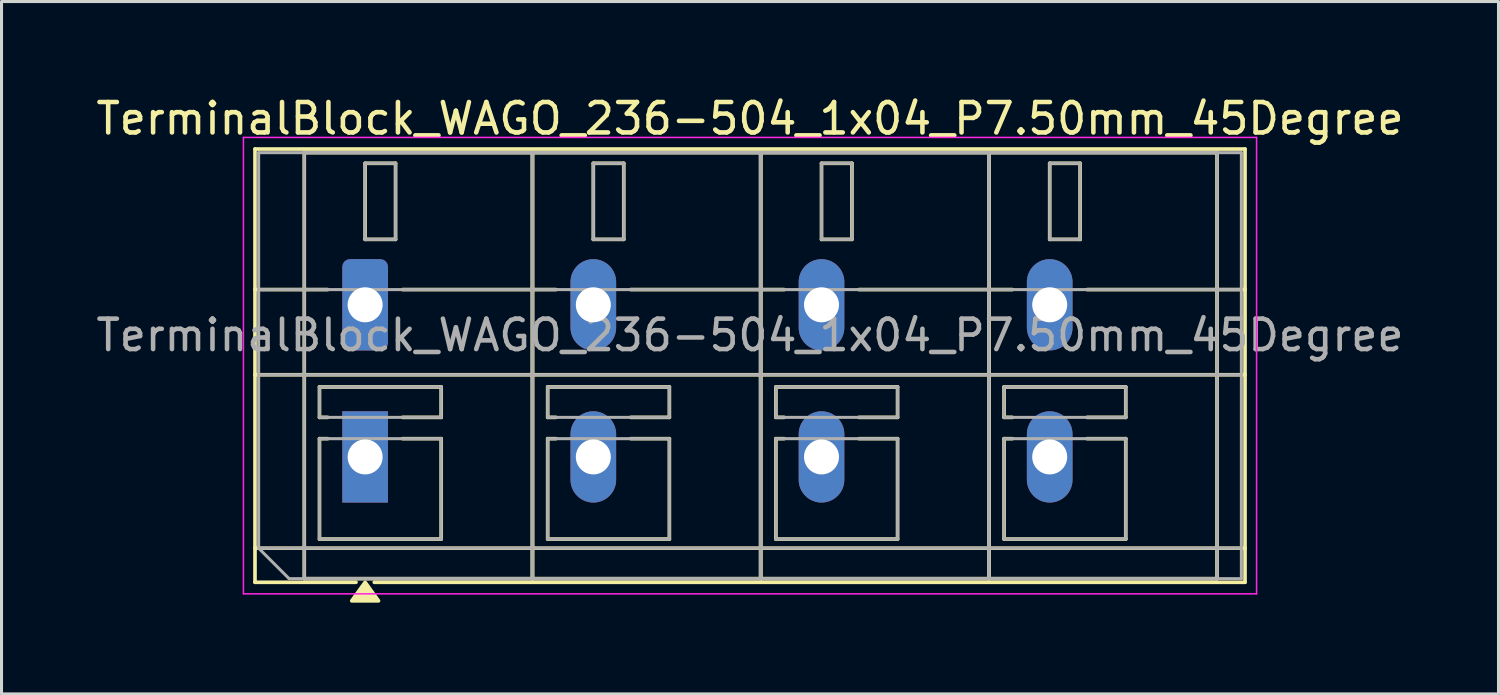
<source format=kicad_pcb>
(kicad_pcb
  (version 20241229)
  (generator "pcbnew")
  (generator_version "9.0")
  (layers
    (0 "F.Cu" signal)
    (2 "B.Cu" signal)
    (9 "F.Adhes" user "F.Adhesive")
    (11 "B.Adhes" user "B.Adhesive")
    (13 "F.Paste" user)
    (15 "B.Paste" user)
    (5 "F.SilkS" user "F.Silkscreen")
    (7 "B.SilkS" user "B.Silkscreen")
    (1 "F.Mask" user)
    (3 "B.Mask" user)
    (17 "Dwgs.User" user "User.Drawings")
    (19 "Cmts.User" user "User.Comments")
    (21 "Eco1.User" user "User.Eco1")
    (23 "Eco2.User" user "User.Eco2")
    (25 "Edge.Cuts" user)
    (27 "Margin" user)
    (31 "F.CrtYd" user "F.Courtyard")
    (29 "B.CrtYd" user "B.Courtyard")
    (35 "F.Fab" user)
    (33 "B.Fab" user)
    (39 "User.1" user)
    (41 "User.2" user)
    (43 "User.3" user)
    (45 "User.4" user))
  (footprint "TerminalBlock_WAGO_236-504_1x04_P7.50mm_45Degree"
    (layer "F.Cu")
    (at 8.951 6.968)
    (property "Reference" "TerminalBlock_WAGO_236-504_1x04_P7.50mm_45Degree" (at 12.65 -6.12 0) (layer "F.SilkS") (effects (font (size 1 1) (thickness 0.15))))
    (attr through_hole)
    (fp_line (start -3.62 -5.12) (end 28.92 -5.12) (stroke (width 0.12) (type solid)) (layer "F.SilkS"))
    (fp_line (start -3.62 -0.5) (end -1.23 -0.5) (stroke (width 0.12) (type solid)) (layer "F.SilkS"))
    (fp_line (start -3.62 2.3) (end 28.92 2.3) (stroke (width 0.12) (type solid)) (layer "F.SilkS"))
    (fp_line (start -3.62 8) (end 28.92 8) (stroke (width 0.12) (type solid)) (layer "F.SilkS"))
    (fp_line (start -3.62 9.12) (end -3.62 -5.12) (stroke (width 0.12) (type solid)) (layer "F.SilkS"))
    (fp_line (start -2 -5) (end 5.5 -5) (stroke (width 0.12) (type solid)) (layer "F.SilkS"))
    (fp_line (start -2 9) (end -2 -5) (stroke (width 0.12) (type solid)) (layer "F.SilkS"))
    (fp_line (start -1.5 2.7) (end 2.5 2.7) (stroke (width 0.12) (type solid)) (layer "F.SilkS"))
    (fp_line (start -1.5 3.7) (end -1.5 2.7) (stroke (width 0.12) (type solid)) (layer "F.SilkS"))
    (fp_line (start -1.5 4.4) (end -1.23 4.4) (stroke (width 0.12) (type solid)) (layer "F.SilkS"))
    (fp_line (start -1.5 7.7) (end -1.5 4.4) (stroke (width 0.12) (type solid)) (layer "F.SilkS"))
    (fp_line (start -1.23 3.7) (end -1.5 3.7) (stroke (width 0.12) (type solid)) (layer "F.SilkS"))
    (fp_line (start -0.3 9.12) (end -3.62 9.12) (stroke (width 0.12) (type solid)) (layer "F.SilkS"))
    (fp_line (start 0 -4.65) (end 1 -4.65) (stroke (width 0.12) (type solid)) (layer "F.SilkS"))
    (fp_line (start 0 -2.15) (end 0 -4.65) (stroke (width 0.12) (type solid)) (layer "F.SilkS"))
    (fp_line (start 1 -4.65) (end 1 -2.15) (stroke (width 0.12) (type solid)) (layer "F.SilkS"))
    (fp_line (start 1 -2.15) (end 0 -2.15) (stroke (width 0.12) (type solid)) (layer "F.SilkS"))
    (fp_line (start 1.23 -0.5) (end 6.27 -0.5) (stroke (width 0.12) (type solid)) (layer "F.SilkS"))
    (fp_line (start 1.23 4.4) (end 2.5 4.4) (stroke (width 0.12) (type solid)) (layer "F.SilkS"))
    (fp_line (start 2.5 2.7) (end 2.5 3.7) (stroke (width 0.12) (type solid)) (layer "F.SilkS"))
    (fp_line (start 2.5 3.7) (end 1.23 3.7) (stroke (width 0.12) (type solid)) (layer "F.SilkS"))
    (fp_line (start 2.5 4.4) (end 2.5 7.7) (stroke (width 0.12) (type solid)) (layer "F.SilkS"))
    (fp_line (start 2.5 7.7) (end -1.5 7.7) (stroke (width 0.12) (type solid)) (layer "F.SilkS"))
    (fp_line (start 5.5 -5) (end 5.5 9) (stroke (width 0.12) (type solid)) (layer "F.SilkS"))
    (fp_line (start 5.5 -5) (end 13 -5) (stroke (width 0.12) (type solid)) (layer "F.SilkS"))
    (fp_line (start 5.5 9) (end -2 9) (stroke (width 0.12) (type solid)) (layer "F.SilkS"))
    (fp_line (start 5.5 9) (end 5.5 -5) (stroke (width 0.12) (type solid)) (layer "F.SilkS"))
    (fp_line (start 6 2.7) (end 10 2.7) (stroke (width 0.12) (type solid)) (layer "F.SilkS"))
    (fp_line (start 6 3.7) (end 6 2.7) (stroke (width 0.12) (type solid)) (layer "F.SilkS"))
    (fp_line (start 6 4.4) (end 6.27 4.4) (stroke (width 0.12) (type solid)) (layer "F.SilkS"))
    (fp_line (start 6 7.7) (end 6 4.4) (stroke (width 0.12) (type solid)) (layer "F.SilkS"))
    (fp_line (start 6.27 3.7) (end 6 3.7) (stroke (width 0.12) (type solid)) (layer "F.SilkS"))
    (fp_line (start 7.5 -4.65) (end 8.5 -4.65) (stroke (width 0.12) (type solid)) (layer "F.SilkS"))
    (fp_line (start 7.5 -2.15) (end 7.5 -4.65) (stroke (width 0.12) (type solid)) (layer "F.SilkS"))
    (fp_line (start 8.5 -4.65) (end 8.5 -2.15) (stroke (width 0.12) (type solid)) (layer "F.SilkS"))
    (fp_line (start 8.5 -2.15) (end 7.5 -2.15) (stroke (width 0.12) (type solid)) (layer "F.SilkS"))
    (fp_line (start 8.73 -0.5) (end 13.77 -0.5) (stroke (width 0.12) (type solid)) (layer "F.SilkS"))
    (fp_line (start 8.73 4.4) (end 10 4.4) (stroke (width 0.12) (type solid)) (layer "F.SilkS"))
    (fp_line (start 10 2.7) (end 10 3.7) (stroke (width 0.12) (type solid)) (layer "F.SilkS"))
    (fp_line (start 10 3.7) (end 8.73 3.7) (stroke (width 0.12) (type solid)) (layer "F.SilkS"))
    (fp_line (start 10 4.4) (end 10 7.7) (stroke (width 0.12) (type solid)) (layer "F.SilkS"))
    (fp_line (start 10 7.7) (end 6 7.7) (stroke (width 0.12) (type solid)) (layer "F.SilkS"))
    (fp_line (start 13 -5) (end 13 9) (stroke (width 0.12) (type solid)) (layer "F.SilkS"))
    (fp_line (start 13 -5) (end 20.5 -5) (stroke (width 0.12) (type solid)) (layer "F.SilkS"))
    (fp_line (start 13 9) (end 5.5 9) (stroke (width 0.12) (type solid)) (layer "F.SilkS"))
    (fp_line (start 13 9) (end 13 -5) (stroke (width 0.12) (type solid)) (layer "F.SilkS"))
    (fp_line (start 13.5 2.7) (end 17.5 2.7) (stroke (width 0.12) (type solid)) (layer "F.SilkS"))
    (fp_line (start 13.5 3.7) (end 13.5 2.7) (stroke (width 0.12) (type solid)) (layer "F.SilkS"))
    (fp_line (start 13.5 4.4) (end 13.77 4.4) (stroke (width 0.12) (type solid)) (layer "F.SilkS"))
    (fp_line (start 13.5 7.7) (end 13.5 4.4) (stroke (width 0.12) (type solid)) (layer "F.SilkS"))
    (fp_line (start 13.77 3.7) (end 13.5 3.7) (stroke (width 0.12) (type solid)) (layer "F.SilkS"))
    (fp_line (start 15 -4.65) (end 16 -4.65) (stroke (width 0.12) (type solid)) (layer "F.SilkS"))
    (fp_line (start 15 -2.15) (end 15 -4.65) (stroke (width 0.12) (type solid)) (layer "F.SilkS"))
    (fp_line (start 16 -4.65) (end 16 -2.15) (stroke (width 0.12) (type solid)) (layer "F.SilkS"))
    (fp_line (start 16 -2.15) (end 15 -2.15) (stroke (width 0.12) (type solid)) (layer "F.SilkS"))
    (fp_line (start 16.23 -0.5) (end 21.27 -0.5) (stroke (width 0.12) (type solid)) (layer "F.SilkS"))
    (fp_line (start 16.23 4.4) (end 17.5 4.4) (stroke (width 0.12) (type solid)) (layer "F.SilkS"))
    (fp_line (start 17.5 2.7) (end 17.5 3.7) (stroke (width 0.12) (type solid)) (layer "F.SilkS"))
    (fp_line (start 17.5 3.7) (end 16.23 3.7) (stroke (width 0.12) (type solid)) (layer "F.SilkS"))
    (fp_line (start 17.5 4.4) (end 17.5 7.7) (stroke (width 0.12) (type solid)) (layer "F.SilkS"))
    (fp_line (start 17.5 7.7) (end 13.5 7.7) (stroke (width 0.12) (type solid)) (layer "F.SilkS"))
    (fp_line (start 20.5 -5) (end 20.5 9) (stroke (width 0.12) (type solid)) (layer "F.SilkS"))
    (fp_line (start 20.5 -5) (end 28 -5) (stroke (width 0.12) (type solid)) (layer "F.SilkS"))
    (fp_line (start 20.5 9) (end 13 9) (stroke (width 0.12) (type solid)) (layer "F.SilkS"))
    (fp_line (start 20.5 9) (end 20.5 -5) (stroke (width 0.12) (type solid)) (layer "F.SilkS"))
    (fp_line (start 21 2.7) (end 25 2.7) (stroke (width 0.12) (type solid)) (layer "F.SilkS"))
    (fp_line (start 21 3.7) (end 21 2.7) (stroke (width 0.12) (type solid)) (layer "F.SilkS"))
    (fp_line (start 21 4.4) (end 21.27 4.4) (stroke (width 0.12) (type solid)) (layer "F.SilkS"))
    (fp_line (start 21 7.7) (end 21 4.4) (stroke (width 0.12) (type solid)) (layer "F.SilkS"))
    (fp_line (start 21.27 3.7) (end 21 3.7) (stroke (width 0.12) (type solid)) (layer "F.SilkS"))
    (fp_line (start 22.5 -4.65) (end 23.5 -4.65) (stroke (width 0.12) (type solid)) (layer "F.SilkS"))
    (fp_line (start 22.5 -2.15) (end 22.5 -4.65) (stroke (width 0.12) (type solid)) (layer "F.SilkS"))
    (fp_line (start 23.5 -4.65) (end 23.5 -2.15) (stroke (width 0.12) (type solid)) (layer "F.SilkS"))
    (fp_line (start 23.5 -2.15) (end 22.5 -2.15) (stroke (width 0.12) (type solid)) (layer "F.SilkS"))
    (fp_line (start 23.73 -0.5) (end 28.92 -0.5) (stroke (width 0.12) (type solid)) (layer "F.SilkS"))
    (fp_line (start 23.73 4.4) (end 25 4.4) (stroke (width 0.12) (type solid)) (layer "F.SilkS"))
    (fp_line (start 25 2.7) (end 25 3.7) (stroke (width 0.12) (type solid)) (layer "F.SilkS"))
    (fp_line (start 25 3.7) (end 23.73 3.7) (stroke (width 0.12) (type solid)) (layer "F.SilkS"))
    (fp_line (start 25 4.4) (end 25 7.7) (stroke (width 0.12) (type solid)) (layer "F.SilkS"))
    (fp_line (start 25 7.7) (end 21 7.7) (stroke (width 0.12) (type solid)) (layer "F.SilkS"))
    (fp_line (start 28 -5) (end 28 9) (stroke (width 0.12) (type solid)) (layer "F.SilkS"))
    (fp_line (start 28 9) (end 20.5 9) (stroke (width 0.12) (type solid)) (layer "F.SilkS"))
    (fp_line (start 28.92 -5.12) (end 28.92 9.12) (stroke (width 0.12) (type solid)) (layer "F.SilkS"))
    (fp_line (start 28.92 9.12) (end 0.3 9.12) (stroke (width 0.12) (type solid)) (layer "F.SilkS"))
    (fp_poly (pts (xy 0 9.12) (xy 0.44 9.73) (xy -0.44 9.73)) (stroke (width 0.12) (type solid)) (fill yes) (layer "F.SilkS"))
    (fp_line (start -4 -5.5) (end -4 9.5) (stroke (width 0.05) (type solid)) (layer "F.CrtYd"))
    (fp_line (start -4 9.5) (end 29.3 9.5) (stroke (width 0.05) (type solid)) (layer "F.CrtYd"))
    (fp_line (start 29.3 -5.5) (end -4 -5.5) (stroke (width 0.05) (type solid)) (layer "F.CrtYd"))
    (fp_line (start 29.3 9.5) (end 29.3 -5.5) (stroke (width 0.05) (type solid)) (layer "F.CrtYd"))
    (fp_line (start -3.5 -5) (end 28.8 -5) (stroke (width 0.1) (type solid)) (layer "F.Fab"))
    (fp_line (start -3.5 -0.5) (end 28.8 -0.5) (stroke (width 0.1) (type solid)) (layer "F.Fab"))
    (fp_line (start -3.5 2.3) (end 28.8 2.3) (stroke (width 0.1) (type solid)) (layer "F.Fab"))
    (fp_line (start -3.5 8) (end -3.5 -5) (stroke (width 0.1) (type solid)) (layer "F.Fab"))
    (fp_line (start -3.5 8) (end 28.8 8) (stroke (width 0.1) (type solid)) (layer "F.Fab"))
    (fp_line (start -2.5 9) (end -3.5 8) (stroke (width 0.1) (type solid)) (layer "F.Fab"))
    (fp_line (start -2 -5) (end -2 9) (stroke (width 0.1) (type solid)) (layer "F.Fab"))
    (fp_line (start -2 9) (end 5.5 9) (stroke (width 0.1) (type solid)) (layer "F.Fab"))
    (fp_line (start -1.5 2.7) (end -1.5 3.7) (stroke (width 0.1) (type solid)) (layer "F.Fab"))
    (fp_line (start -1.5 3.7) (end 2.5 3.7) (stroke (width 0.1) (type solid)) (layer "F.Fab"))
    (fp_line (start -1.5 4.4) (end -1.5 7.7) (stroke (width 0.1) (type solid)) (layer "F.Fab"))
    (fp_line (start -1.5 7.7) (end 2.5 7.7) (stroke (width 0.1) (type solid)) (layer "F.Fab"))
    (fp_line (start 0 -4.65) (end 0 -2.15) (stroke (width 0.1) (type solid)) (layer "F.Fab"))
    (fp_line (start 0 -2.15) (end 1 -2.15) (stroke (width 0.1) (type solid)) (layer "F.Fab"))
    (fp_line (start 1 -4.65) (end 0 -4.65) (stroke (width 0.1) (type solid)) (layer "F.Fab"))
    (fp_line (start 1 -2.15) (end 1 -4.65) (stroke (width 0.1) (type solid)) (layer "F.Fab"))
    (fp_line (start 2.5 2.7) (end -1.5 2.7) (stroke (width 0.1) (type solid)) (layer "F.Fab"))
    (fp_line (start 2.5 3.7) (end 2.5 2.7) (stroke (width 0.1) (type solid)) (layer "F.Fab"))
    (fp_line (start 2.5 4.4) (end -1.5 4.4) (stroke (width 0.1) (type solid)) (layer "F.Fab"))
    (fp_line (start 2.5 7.7) (end 2.5 4.4) (stroke (width 0.1) (type solid)) (layer "F.Fab"))
    (fp_line (start 5.5 -5) (end -2 -5) (stroke (width 0.1) (type solid)) (layer "F.Fab"))
    (fp_line (start 5.5 -5) (end 5.5 9) (stroke (width 0.1) (type solid)) (layer "F.Fab"))
    (fp_line (start 5.5 9) (end 5.5 -5) (stroke (width 0.1) (type solid)) (layer "F.Fab"))
    (fp_line (start 5.5 9) (end 13 9) (stroke (width 0.1) (type solid)) (layer "F.Fab"))
    (fp_line (start 6 2.7) (end 6 3.7) (stroke (width 0.1) (type solid)) (layer "F.Fab"))
    (fp_line (start 6 3.7) (end 10 3.7) (stroke (width 0.1) (type solid)) (layer "F.Fab"))
    (fp_line (start 6 4.4) (end 6 7.7) (stroke (width 0.1) (type solid)) (layer "F.Fab"))
    (fp_line (start 6 7.7) (end 10 7.7) (stroke (width 0.1) (type solid)) (layer "F.Fab"))
    (fp_line (start 7.5 -4.65) (end 7.5 -2.15) (stroke (width 0.1) (type solid)) (layer "F.Fab"))
    (fp_line (start 7.5 -2.15) (end 8.5 -2.15) (stroke (width 0.1) (type solid)) (layer "F.Fab"))
    (fp_line (start 8.5 -4.65) (end 7.5 -4.65) (stroke (width 0.1) (type solid)) (layer "F.Fab"))
    (fp_line (start 8.5 -2.15) (end 8.5 -4.65) (stroke (width 0.1) (type solid)) (layer "F.Fab"))
    (fp_line (start 10 2.7) (end 6 2.7) (stroke (width 0.1) (type solid)) (layer "F.Fab"))
    (fp_line (start 10 3.7) (end 10 2.7) (stroke (width 0.1) (type solid)) (layer "F.Fab"))
    (fp_line (start 10 4.4) (end 6 4.4) (stroke (width 0.1) (type solid)) (layer "F.Fab"))
    (fp_line (start 10 7.7) (end 10 4.4) (stroke (width 0.1) (type solid)) (layer "F.Fab"))
    (fp_line (start 13 -5) (end 5.5 -5) (stroke (width 0.1) (type solid)) (layer "F.Fab"))
    (fp_line (start 13 -5) (end 13 9) (stroke (width 0.1) (type solid)) (layer "F.Fab"))
    (fp_line (start 13 9) (end 13 -5) (stroke (width 0.1) (type solid)) (layer "F.Fab"))
    (fp_line (start 13 9) (end 20.5 9) (stroke (width 0.1) (type solid)) (layer "F.Fab"))
    (fp_line (start 13.5 2.7) (end 13.5 3.7) (stroke (width 0.1) (type solid)) (layer "F.Fab"))
    (fp_line (start 13.5 3.7) (end 17.5 3.7) (stroke (width 0.1) (type solid)) (layer "F.Fab"))
    (fp_line (start 13.5 4.4) (end 13.5 7.7) (stroke (width 0.1) (type solid)) (layer "F.Fab"))
    (fp_line (start 13.5 7.7) (end 17.5 7.7) (stroke (width 0.1) (type solid)) (layer "F.Fab"))
    (fp_line (start 15 -4.65) (end 15 -2.15) (stroke (width 0.1) (type solid)) (layer "F.Fab"))
    (fp_line (start 15 -2.15) (end 16 -2.15) (stroke (width 0.1) (type solid)) (layer "F.Fab"))
    (fp_line (start 16 -4.65) (end 15 -4.65) (stroke (width 0.1) (type solid)) (layer "F.Fab"))
    (fp_line (start 16 -2.15) (end 16 -4.65) (stroke (width 0.1) (type solid)) (layer "F.Fab"))
    (fp_line (start 17.5 2.7) (end 13.5 2.7) (stroke (width 0.1) (type solid)) (layer "F.Fab"))
    (fp_line (start 17.5 3.7) (end 17.5 2.7) (stroke (width 0.1) (type solid)) (layer "F.Fab"))
    (fp_line (start 17.5 4.4) (end 13.5 4.4) (stroke (width 0.1) (type solid)) (layer "F.Fab"))
    (fp_line (start 17.5 7.7) (end 17.5 4.4) (stroke (width 0.1) (type solid)) (layer "F.Fab"))
    (fp_line (start 20.5 -5) (end 13 -5) (stroke (width 0.1) (type solid)) (layer "F.Fab"))
    (fp_line (start 20.5 -5) (end 20.5 9) (stroke (width 0.1) (type solid)) (layer "F.Fab"))
    (fp_line (start 20.5 9) (end 20.5 -5) (stroke (width 0.1) (type solid)) (layer "F.Fab"))
    (fp_line (start 20.5 9) (end 28 9) (stroke (width 0.1) (type solid)) (layer "F.Fab"))
    (fp_line (start 21 2.7) (end 21 3.7) (stroke (width 0.1) (type solid)) (layer "F.Fab"))
    (fp_line (start 21 3.7) (end 25 3.7) (stroke (width 0.1) (type solid)) (layer "F.Fab"))
    (fp_line (start 21 4.4) (end 21 7.7) (stroke (width 0.1) (type solid)) (layer "F.Fab"))
    (fp_line (start 21 7.7) (end 25 7.7) (stroke (width 0.1) (type solid)) (layer "F.Fab"))
    (fp_line (start 22.5 -4.65) (end 22.5 -2.15) (stroke (width 0.1) (type solid)) (layer "F.Fab"))
    (fp_line (start 22.5 -2.15) (end 23.5 -2.15) (stroke (width 0.1) (type solid)) (layer "F.Fab"))
    (fp_line (start 23.5 -4.65) (end 22.5 -4.65) (stroke (width 0.1) (type solid)) (layer "F.Fab"))
    (fp_line (start 23.5 -2.15) (end 23.5 -4.65) (stroke (width 0.1) (type solid)) (layer "F.Fab"))
    (fp_line (start 25 2.7) (end 21 2.7) (stroke (width 0.1) (type solid)) (layer "F.Fab"))
    (fp_line (start 25 3.7) (end 25 2.7) (stroke (width 0.1) (type solid)) (layer "F.Fab"))
    (fp_line (start 25 4.4) (end 21 4.4) (stroke (width 0.1) (type solid)) (layer "F.Fab"))
    (fp_line (start 25 7.7) (end 25 4.4) (stroke (width 0.1) (type solid)) (layer "F.Fab"))
    (fp_line (start 28 -5) (end 20.5 -5) (stroke (width 0.1) (type solid)) (layer "F.Fab"))
    (fp_line (start 28 9) (end 28 -5) (stroke (width 0.1) (type solid)) (layer "F.Fab"))
    (fp_line (start 28.8 -5) (end 28.8 9) (stroke (width 0.1) (type solid)) (layer "F.Fab"))
    (fp_line (start 28.8 9) (end -2.5 9) (stroke (width 0.1) (type solid)) (layer "F.Fab"))
    (fp_text user "${REFERENCE}" (at 12.65 1 0) (layer "F.Fab") (effects (font (size 1 1) (thickness 0.15))))
    (pad "1" thru_hole roundrect (at 0 0) (size 1.5 3) (drill 1.15) (layers "*.Cu" "*.Mask") (roundrect_rratio 0.167))
    (pad "1" thru_hole rect (at 0 5) (size 1.5 3) (drill 1.15) (layers "*.Cu" "*.Mask"))
    (pad "2" thru_hole oval (at 7.5 0) (size 1.5 3) (drill 1.15) (layers "*.Cu" "*.Mask"))
    (pad "2" thru_hole oval (at 7.5 5) (size 1.5 3) (drill 1.15) (layers "*.Cu" "*.Mask"))
    (pad "3" thru_hole oval (at 15 0) (size 1.5 3) (drill 1.15) (layers "*.Cu" "*.Mask"))
    (pad "3" thru_hole oval (at 15 5) (size 1.5 3) (drill 1.15) (layers "*.Cu" "*.Mask"))
    (pad "4" thru_hole oval (at 22.5 0) (size 1.5 3) (drill 1.15) (layers "*.Cu" "*.Mask"))
    (pad "4" thru_hole oval (at 22.5 5) (size 1.5 3) (drill 1.15) (layers "*.Cu" "*.Mask")))
  (gr_rect
    (start -3 -3)
    (end 46.202 19.758)
    (stroke (width 0.1) (type default))
    (fill no)
    (layer "Edge.Cuts")))
</source>
